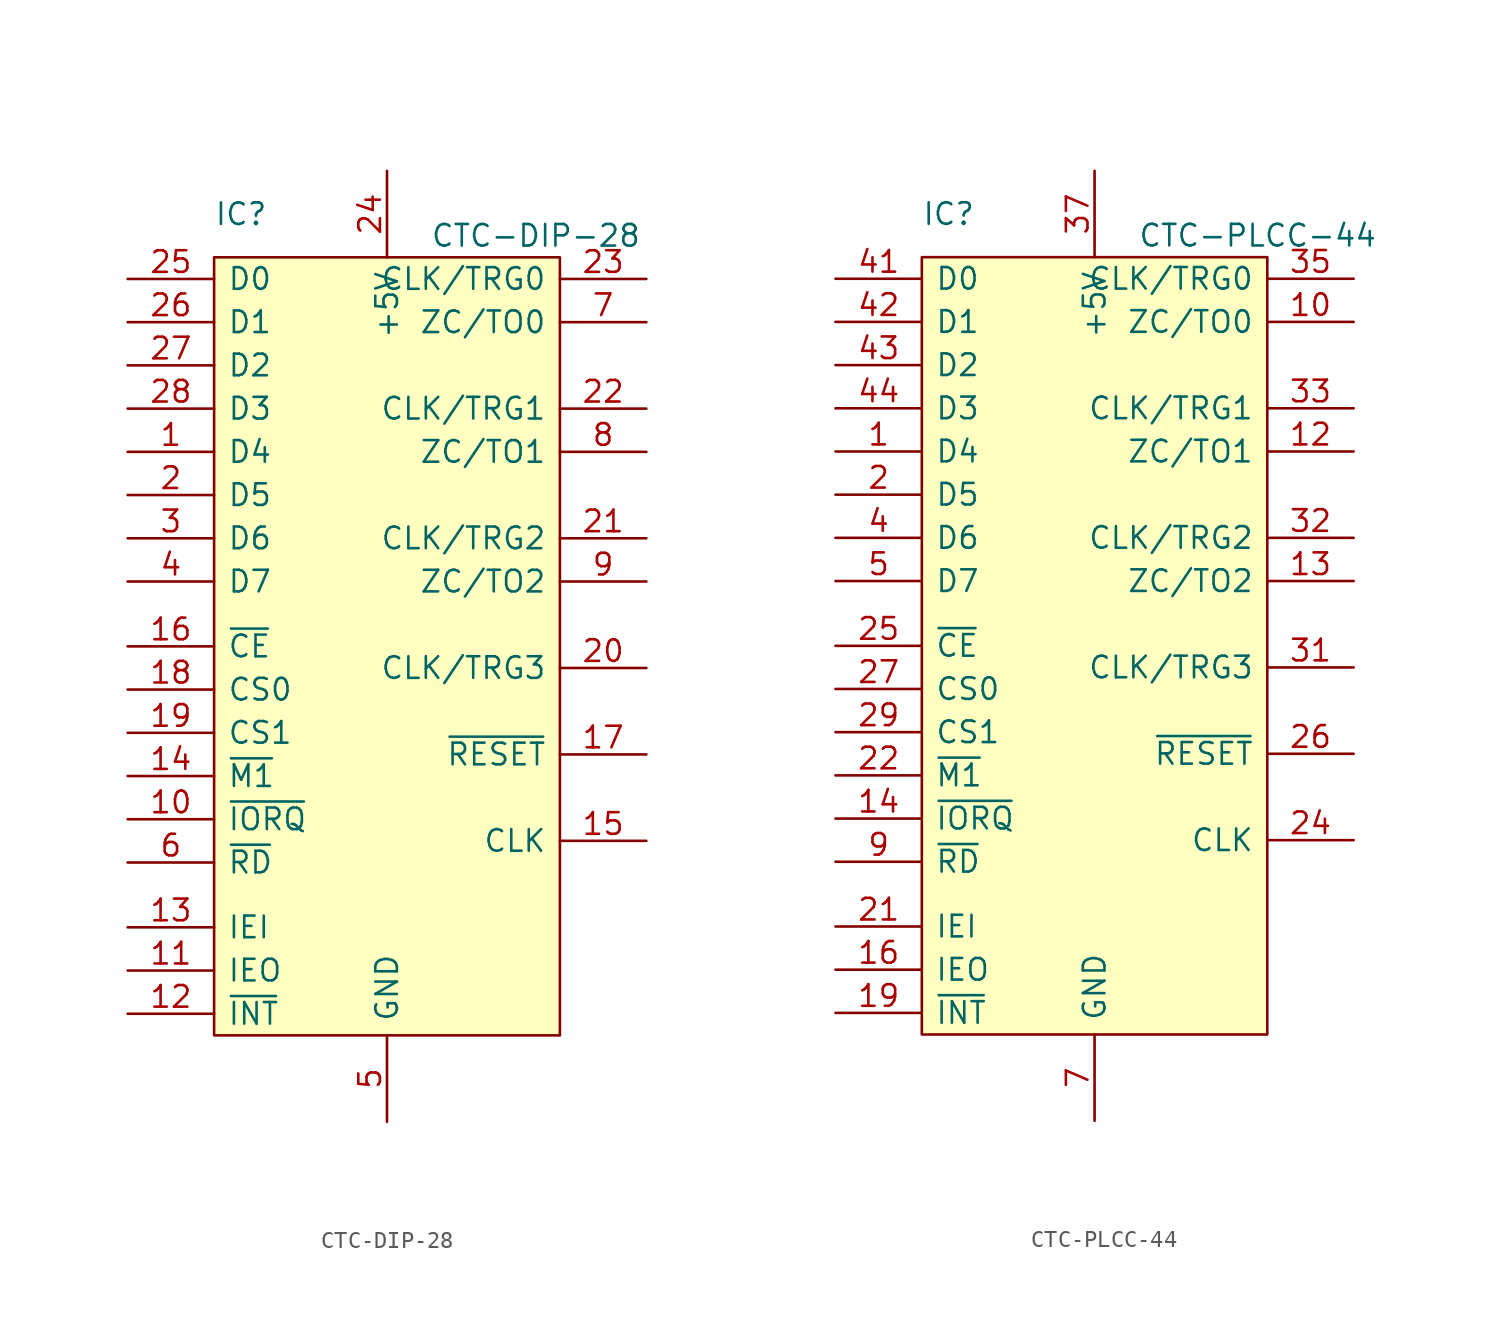
<source format=kicad_sym>
(kicad_symbol_lib
  (version 20220914)
  (generator kicad_symbol_editor)
  (symbol "CTC-DIP-28"
    (pin_names
      (offset 0.762))
    (property "Reference" "IC"
      (at 0 2.54 0)
      (effects (font (size 1.27 1.27)) (justify left)))
    (property "Value" "CTC-DIP-28"
      (at 12.7 1.27 0)
      (effects (font (size 1.27 1.27)) (justify left)))
    (symbol "CTC-DIP-28_0_0"
      (pin bidirectional line (at -5.08 -11.43 0) (length 5.08) (name "D4" (effects (font (size 1.27 1.27)))) (number "1" (effects (font (size 1.27 1.27)))))
      (pin input line (at -5.08 -33.02 0) (length 5.08) (name "~{IORQ}" (effects (font (size 1.27 1.27)))) (number "10" (effects (font (size 1.27 1.27)))))
      (pin output line (at -5.08 -41.91 0) (length 5.08) (name "IEO" (effects (font (size 1.27 1.27)))) (number "11" (effects (font (size 1.27 1.27)))))
      (pin open_collector line (at -5.08 -44.45 0) (length 5.08) (name "~{INT}" (effects (font (size 1.27 1.27)))) (number "12" (effects (font (size 1.27 1.27)))))
      (pin input line (at -5.08 -39.37 0) (length 5.08) (name "IEI" (effects (font (size 1.27 1.27)))) (number "13" (effects (font (size 1.27 1.27)))))
      (pin input line (at -5.08 -30.48 0) (length 5.08) (name "~{M1}" (effects (font (size 1.27 1.27)))) (number "14" (effects (font (size 1.27 1.27)))))
      (pin input line (at 25.4 -34.29 180) (length 5.08) (name "CLK" (effects (font (size 1.27 1.27)))) (number "15" (effects (font (size 1.27 1.27)))))
      (pin input line (at -5.08 -22.86 0) (length 5.08) (name "~{CE}" (effects (font (size 1.27 1.27)))) (number "16" (effects (font (size 1.27 1.27)))))
      (pin input line (at 25.4 -29.21 180) (length 5.08) (name "~{RESET}" (effects (font (size 1.27 1.27)))) (number "17" (effects (font (size 1.27 1.27)))))
      (pin input line (at -5.08 -25.4 0) (length 5.08) (name "CS0" (effects (font (size 1.27 1.27)))) (number "18" (effects (font (size 1.27 1.27)))))
      (pin input line (at -5.08 -27.94 0) (length 5.08) (name "CS1" (effects (font (size 1.27 1.27)))) (number "19" (effects (font (size 1.27 1.27)))))
      (pin bidirectional line (at -5.08 -13.97 0) (length 5.08) (name "D5" (effects (font (size 1.27 1.27)))) (number "2" (effects (font (size 1.27 1.27)))))
      (pin input line (at 25.4 -24.13 180) (length 5.08) (name "CLK/TRG3" (effects (font (size 1.27 1.27)))) (number "20" (effects (font (size 1.27 1.27)))))
      (pin input line (at 25.4 -16.51 180) (length 5.08) (name "CLK/TRG2" (effects (font (size 1.27 1.27)))) (number "21" (effects (font (size 1.27 1.27)))))
      (pin input line (at 25.4 -8.89 180) (length 5.08) (name "CLK/TRG1" (effects (font (size 1.27 1.27)))) (number "22" (effects (font (size 1.27 1.27)))))
      (pin input line (at 25.4 -1.27 180) (length 5.08) (name "CLK/TRG0" (effects (font (size 1.27 1.27)))) (number "23" (effects (font (size 1.27 1.27)))))
      (pin power_in line (at 10.16 5.08 270) (length 5.08) (name "+5V" (effects (font (size 1.27 1.27)))) (number "24" (effects (font (size 1.27 1.27)))))
      (pin bidirectional line (at -5.08 -1.27 0) (length 5.08) (name "D0" (effects (font (size 1.27 1.27)))) (number "25" (effects (font (size 1.27 1.27)))))
      (pin bidirectional line (at -5.08 -3.81 0) (length 5.08) (name "D1" (effects (font (size 1.27 1.27)))) (number "26" (effects (font (size 1.27 1.27)))))
      (pin bidirectional line (at -5.08 -6.35 0) (length 5.08) (name "D2" (effects (font (size 1.27 1.27)))) (number "27" (effects (font (size 1.27 1.27)))))
      (pin bidirectional line (at -5.08 -8.89 0) (length 5.08) (name "D3" (effects (font (size 1.27 1.27)))) (number "28" (effects (font (size 1.27 1.27)))))
      (pin bidirectional line (at -5.08 -16.51 0) (length 5.08) (name "D6" (effects (font (size 1.27 1.27)))) (number "3" (effects (font (size 1.27 1.27)))))
      (pin bidirectional line (at -5.08 -19.05 0) (length 5.08) (name "D7" (effects (font (size 1.27 1.27)))) (number "4" (effects (font (size 1.27 1.27)))))
      (pin power_in line (at 10.16 -50.8 90) (length 5.08) (name "GND" (effects (font (size 1.27 1.27)))) (number "5" (effects (font (size 1.27 1.27)))))
      (pin input line (at -5.08 -35.56 0) (length 5.08) (name "~{RD}" (effects (font (size 1.27 1.27)))) (number "6" (effects (font (size 1.27 1.27)))))
      (pin output line (at 25.4 -3.81 180) (length 5.08) (name "ZC/TO0" (effects (font (size 1.27 1.27)))) (number "7" (effects (font (size 1.27 1.27)))))
      (pin output line (at 25.4 -11.43 180) (length 5.08) (name "ZC/TO1" (effects (font (size 1.27 1.27)))) (number "8" (effects (font (size 1.27 1.27)))))
      (pin output line (at 25.4 -19.05 180) (length 5.08) (name "ZC/TO2" (effects (font (size 1.27 1.27)))) (number "9" (effects (font (size 1.27 1.27))))))
    (symbol "CTC-DIP-28_0_1"
      (rectangle (start 0 0) (end 20.32 -45.72) (stroke (width 0) (type solid)) (fill (type background)))))
  (symbol "CTC-PLCC-44"
    (pin_names
      (offset 0.762))
    (property "Reference" "IC"
      (at 0 2.54 0)
      (effects (font (size 1.27 1.27)) (justify left)))
    (property "Value" "CTC-PLCC-44"
      (at 12.7 1.27 0)
      (effects (font (size 1.27 1.27)) (justify left)))
    (symbol "CTC-PLCC-44_0_0"
      (pin bidirectional line (at -5.08 -11.43 0) (length 5.08) (name "D4" (effects (font (size 1.27 1.27)))) (number "1" (effects (font (size 1.27 1.27)))))
      (pin output line (at 25.4 -3.81 180) (length 5.08) (name "ZC/TO0" (effects (font (size 1.27 1.27)))) (number "10" (effects (font (size 1.27 1.27)))))
      (pin no_connect line (at 12.7 -12.7 0) (length 2.54) hide (name "NC" (effects (font (size 1.27 1.27)))) (number "11" (effects (font (size 1.27 1.27)))))
      (pin output line (at 25.4 -11.43 180) (length 5.08) (name "ZC/TO1" (effects (font (size 1.27 1.27)))) (number "12" (effects (font (size 1.27 1.27)))))
      (pin output line (at 25.4 -19.05 180) (length 5.08) (name "ZC/TO2" (effects (font (size 1.27 1.27)))) (number "13" (effects (font (size 1.27 1.27)))))
      (pin input line (at -5.08 -33.02 0) (length 5.08) (name "~{IORQ}" (effects (font (size 1.27 1.27)))) (number "14" (effects (font (size 1.27 1.27)))))
      (pin no_connect line (at 12.7 -15.24 0) (length 2.54) hide (name "NC" (effects (font (size 1.27 1.27)))) (number "15" (effects (font (size 1.27 1.27)))))
      (pin output line (at -5.08 -41.91 0) (length 5.08) (name "IEO" (effects (font (size 1.27 1.27)))) (number "16" (effects (font (size 1.27 1.27)))))
      (pin no_connect line (at 12.7 -17.78 0) (length 2.54) hide (name "NC" (effects (font (size 1.27 1.27)))) (number "17" (effects (font (size 1.27 1.27)))))
      (pin no_connect line (at 12.7 -20.32 0) (length 2.54) hide (name "NC" (effects (font (size 1.27 1.27)))) (number "18" (effects (font (size 1.27 1.27)))))
      (pin open_collector line (at -5.08 -44.45 0) (length 5.08) (name "~{INT}" (effects (font (size 1.27 1.27)))) (number "19" (effects (font (size 1.27 1.27)))))
      (pin bidirectional line (at -5.08 -13.97 0) (length 5.08) (name "D5" (effects (font (size 1.27 1.27)))) (number "2" (effects (font (size 1.27 1.27)))))
      (pin no_connect line (at 12.7 -22.86 0) (length 2.54) hide (name "NC" (effects (font (size 1.27 1.27)))) (number "20" (effects (font (size 1.27 1.27)))))
      (pin input line (at -5.08 -39.37 0) (length 5.08) (name "IEI" (effects (font (size 1.27 1.27)))) (number "21" (effects (font (size 1.27 1.27)))))
      (pin input line (at -5.08 -30.48 0) (length 5.08) (name "~{M1}" (effects (font (size 1.27 1.27)))) (number "22" (effects (font (size 1.27 1.27)))))
      (pin no_connect line (at 12.7 -25.4 0) (length 2.54) hide (name "NC" (effects (font (size 1.27 1.27)))) (number "23" (effects (font (size 1.27 1.27)))))
      (pin input line (at 25.4 -34.29 180) (length 5.08) (name "CLK" (effects (font (size 1.27 1.27)))) (number "24" (effects (font (size 1.27 1.27)))))
      (pin input line (at -5.08 -22.86 0) (length 5.08) (name "~{CE}" (effects (font (size 1.27 1.27)))) (number "25" (effects (font (size 1.27 1.27)))))
      (pin input line (at 25.4 -29.21 180) (length 5.08) (name "~{RESET}" (effects (font (size 1.27 1.27)))) (number "26" (effects (font (size 1.27 1.27)))))
      (pin input line (at -5.08 -25.4 0) (length 5.08) (name "CS0" (effects (font (size 1.27 1.27)))) (number "27" (effects (font (size 1.27 1.27)))))
      (pin no_connect line (at 12.7 -27.94 0) (length 2.54) hide (name "NC" (effects (font (size 1.27 1.27)))) (number "28" (effects (font (size 1.27 1.27)))))
      (pin input line (at -5.08 -27.94 0) (length 5.08) (name "CS1" (effects (font (size 1.27 1.27)))) (number "29" (effects (font (size 1.27 1.27)))))
      (pin no_connect line (at 12.7 -5.08 0) (length 2.54) hide (name "NC" (effects (font (size 1.27 1.27)))) (number "3" (effects (font (size 1.27 1.27)))))
      (pin no_connect line (at 12.7 -30.48 0) (length 2.54) hide (name "NC" (effects (font (size 1.27 1.27)))) (number "30" (effects (font (size 1.27 1.27)))))
      (pin input line (at 25.4 -24.13 180) (length 5.08) (name "CLK/TRG3" (effects (font (size 1.27 1.27)))) (number "31" (effects (font (size 1.27 1.27)))))
      (pin input line (at 25.4 -16.51 180) (length 5.08) (name "CLK/TRG2" (effects (font (size 1.27 1.27)))) (number "32" (effects (font (size 1.27 1.27)))))
      (pin input line (at 25.4 -8.89 180) (length 5.08) (name "CLK/TRG1" (effects (font (size 1.27 1.27)))) (number "33" (effects (font (size 1.27 1.27)))))
      (pin no_connect line (at 12.7 -33.02 0) (length 2.54) hide (name "NC" (effects (font (size 1.27 1.27)))) (number "34" (effects (font (size 1.27 1.27)))))
      (pin input line (at 25.4 -1.27 180) (length 5.08) (name "CLK/TRG0" (effects (font (size 1.27 1.27)))) (number "35" (effects (font (size 1.27 1.27)))))
      (pin no_connect line (at 12.7 -43.18 0) (length 2.54) hide (name "NC" (effects (font (size 1.27 1.27)))) (number "36" (effects (font (size 1.27 1.27)))))
      (pin power_in line (at 10.16 5.08 270) (length 5.08) (name "+5V" (effects (font (size 1.27 1.27)))) (number "37" (effects (font (size 1.27 1.27)))))
      (pin no_connect line (at 12.7 -35.56 0) (length 2.54) hide (name "NC" (effects (font (size 1.27 1.27)))) (number "38" (effects (font (size 1.27 1.27)))))
      (pin no_connect line (at 12.7 -40.64 0) (length 2.54) hide (name "NC" (effects (font (size 1.27 1.27)))) (number "39" (effects (font (size 1.27 1.27)))))
      (pin bidirectional line (at -5.08 -16.51 0) (length 5.08) (name "D6" (effects (font (size 1.27 1.27)))) (number "4" (effects (font (size 1.27 1.27)))))
      (pin no_connect line (at 12.7 -38.1 0) (length 2.54) hide (name "NC" (effects (font (size 1.27 1.27)))) (number "40" (effects (font (size 1.27 1.27)))))
      (pin bidirectional line (at -5.08 -1.27 0) (length 5.08) (name "D0" (effects (font (size 1.27 1.27)))) (number "41" (effects (font (size 1.27 1.27)))))
      (pin bidirectional line (at -5.08 -3.81 0) (length 5.08) (name "D1" (effects (font (size 1.27 1.27)))) (number "42" (effects (font (size 1.27 1.27)))))
      (pin bidirectional line (at -5.08 -6.35 0) (length 5.08) (name "D2" (effects (font (size 1.27 1.27)))) (number "43" (effects (font (size 1.27 1.27)))))
      (pin bidirectional line (at -5.08 -8.89 0) (length 5.08) (name "D3" (effects (font (size 1.27 1.27)))) (number "44" (effects (font (size 1.27 1.27)))))
      (pin bidirectional line (at -5.08 -19.05 0) (length 5.08) (name "D7" (effects (font (size 1.27 1.27)))) (number "5" (effects (font (size 1.27 1.27)))))
      (pin no_connect line (at 12.7 -7.62 0) (length 2.54) hide (name "NC" (effects (font (size 1.27 1.27)))) (number "6" (effects (font (size 1.27 1.27)))))
      (pin power_in line (at 10.16 -50.8 90) (length 5.08) (name "GND" (effects (font (size 1.27 1.27)))) (number "7" (effects (font (size 1.27 1.27)))))
      (pin no_connect line (at 12.7 -10.16 0) (length 2.54) hide (name "NC" (effects (font (size 1.27 1.27)))) (number "8" (effects (font (size 1.27 1.27)))))
      (pin input line (at -5.08 -35.56 0) (length 5.08) (name "~{RD}" (effects (font (size 1.27 1.27)))) (number "9" (effects (font (size 1.27 1.27))))))
    (symbol "CTC-PLCC-44_0_1"
      (rectangle (start 0 0) (end 20.32 -45.72) (stroke (width 0) (type solid)) (fill (type background))))))
</source>
